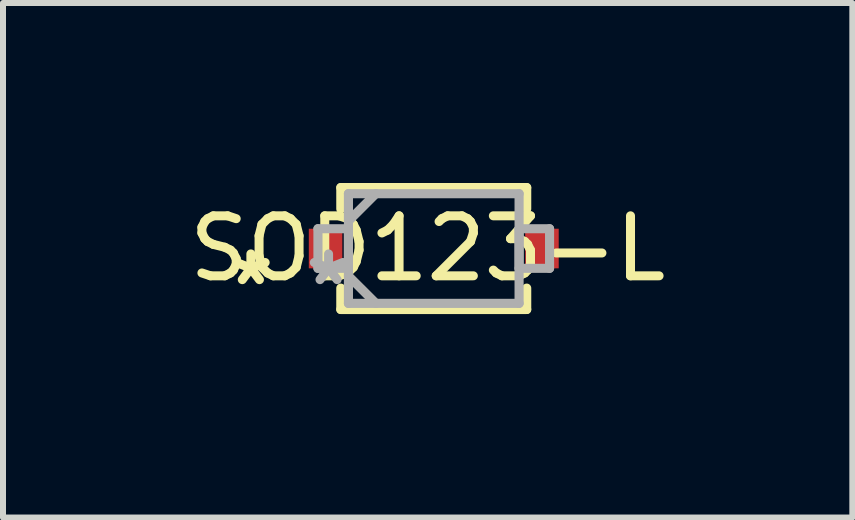
<source format=kicad_pcb>
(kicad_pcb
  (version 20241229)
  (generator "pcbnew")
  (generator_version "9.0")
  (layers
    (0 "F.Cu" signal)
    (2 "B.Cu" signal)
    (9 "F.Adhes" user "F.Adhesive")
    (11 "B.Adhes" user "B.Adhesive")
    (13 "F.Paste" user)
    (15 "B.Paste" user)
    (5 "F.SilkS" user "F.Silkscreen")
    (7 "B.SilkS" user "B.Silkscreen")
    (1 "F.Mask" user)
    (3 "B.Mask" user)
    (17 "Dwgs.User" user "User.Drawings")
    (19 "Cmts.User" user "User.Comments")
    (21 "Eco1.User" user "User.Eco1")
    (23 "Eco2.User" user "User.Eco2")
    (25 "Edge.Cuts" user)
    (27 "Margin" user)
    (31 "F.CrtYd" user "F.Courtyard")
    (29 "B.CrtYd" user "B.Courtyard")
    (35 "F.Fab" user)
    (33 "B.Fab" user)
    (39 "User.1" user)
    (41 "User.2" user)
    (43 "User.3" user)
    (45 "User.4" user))
  (footprint "SOD123-L"
    (layer "F.Cu")
    (at 4.179 1.092)
    (property "Reference" "SOD123-L" (at -0.102 0 0) (layer "F.SilkS") (effects (font (size 1 1) (thickness 0.15))))
    (attr through_hole)
    (fp_line (start -1.549 -1.016) (end -1.549 -0.66) (stroke (width 0.152) (type solid)) (layer "F.SilkS"))
    (fp_line (start -1.549 0.66) (end -1.549 1.016) (stroke (width 0.152) (type solid)) (layer "F.SilkS"))
    (fp_line (start -1.549 1.016) (end 1.549 1.016) (stroke (width 0.152) (type solid)) (layer "F.SilkS"))
    (fp_line (start 1.549 -1.016) (end -1.549 -1.016) (stroke (width 0.152) (type solid)) (layer "F.SilkS"))
    (fp_line (start 1.549 -0.66) (end 1.549 -1.016) (stroke (width 0.152) (type solid)) (layer "F.SilkS"))
    (fp_line (start 1.549 1.016) (end 1.549 0.66) (stroke (width 0.152) (type solid)) (layer "F.SilkS"))
    (fp_line (start -1.93 -0.33) (end -1.93 0.33) (stroke (width 0.152) (type solid)) (layer "F.Fab"))
    (fp_line (start -1.93 0.33) (end -1.422 0.33) (stroke (width 0.152) (type solid)) (layer "F.Fab"))
    (fp_line (start -1.422 -0.914) (end -1.422 0.914) (stroke (width 0.152) (type solid)) (layer "F.Fab"))
    (fp_line (start -1.422 -0.457) (end -0.965 -0.914) (stroke (width 0.152) (type solid)) (layer "F.Fab"))
    (fp_line (start -1.422 -0.33) (end -1.93 -0.33) (stroke (width 0.152) (type solid)) (layer "F.Fab"))
    (fp_line (start -1.422 0.33) (end -1.422 -0.33) (stroke (width 0.152) (type solid)) (layer "F.Fab"))
    (fp_line (start -1.422 0.457) (end -0.965 0.914) (stroke (width 0.152) (type solid)) (layer "F.Fab"))
    (fp_line (start -1.422 0.914) (end 1.422 0.914) (stroke (width 0.152) (type solid)) (layer "F.Fab"))
    (fp_line (start 1.422 -0.914) (end -1.422 -0.914) (stroke (width 0.152) (type solid)) (layer "F.Fab"))
    (fp_line (start 1.422 -0.33) (end 1.422 0.33) (stroke (width 0.152) (type solid)) (layer "F.Fab"))
    (fp_line (start 1.422 0.33) (end 1.93 0.33) (stroke (width 0.152) (type solid)) (layer "F.Fab"))
    (fp_line (start 1.422 0.914) (end 1.422 -0.914) (stroke (width 0.152) (type solid)) (layer "F.Fab"))
    (fp_line (start 1.93 -0.33) (end 1.422 -0.33) (stroke (width 0.152) (type solid)) (layer "F.Fab"))
    (fp_line (start 1.93 0.33) (end 1.93 -0.33) (stroke (width 0.152) (type solid)) (layer "F.Fab"))
    (fp_text user "*" (at -3.048 0.635 0) (layer "F.SilkS") (effects (font (size 1 1) (thickness 0.15))))
    (fp_text user "*" (at -1.753 0.635 0) (layer "F.Fab") (effects (font (size 1 1) (thickness 0.15))))
    (pad "1" smd rect (at -1.803 0) (size 0.559 0.66) (layers "F.Cu" "F.Mask" "F.Paste"))
    (pad "2" smd rect (at 1.803 0) (size 0.559 0.66) (layers "F.Cu" "F.Mask" "F.Paste"))
    (zone (net_name "") (layer "F.Cu") (hatch full 0.508) (connect_pads) (min_thickness 0.152) (filled_areas_thickness no) (keepout (tracks not_allowed) (vias not_allowed) (pads not_allowed) (copperpour not_allowed) (footprints allowed)) (placement (enabled no)) (fill) (polygon (pts (xy 2.706 0.241) (xy 5.652 0.241) (xy 5.652 1.943) (xy 2.706 1.943))))
    (zone (net_name "") (layer "F.Cu") (hatch full 0.508) (connect_pads) (min_thickness 0.152) (filled_areas_thickness no) (keepout (tracks not_allowed) (vias not_allowed) (pads not_allowed) (copperpour not_allowed) (footprints allowed)) (placement (enabled no)) (fill) (polygon (pts (xy 2.706 0.241) (xy 5.652 0.241) (xy 5.652 1.943) (xy 2.706 1.943)))))
  (gr_rect
    (start -3 -3)
    (end 11.155 5.575)
    (stroke (width 0.1) (type default))
    (fill no)
    (layer "Edge.Cuts")))
</source>
